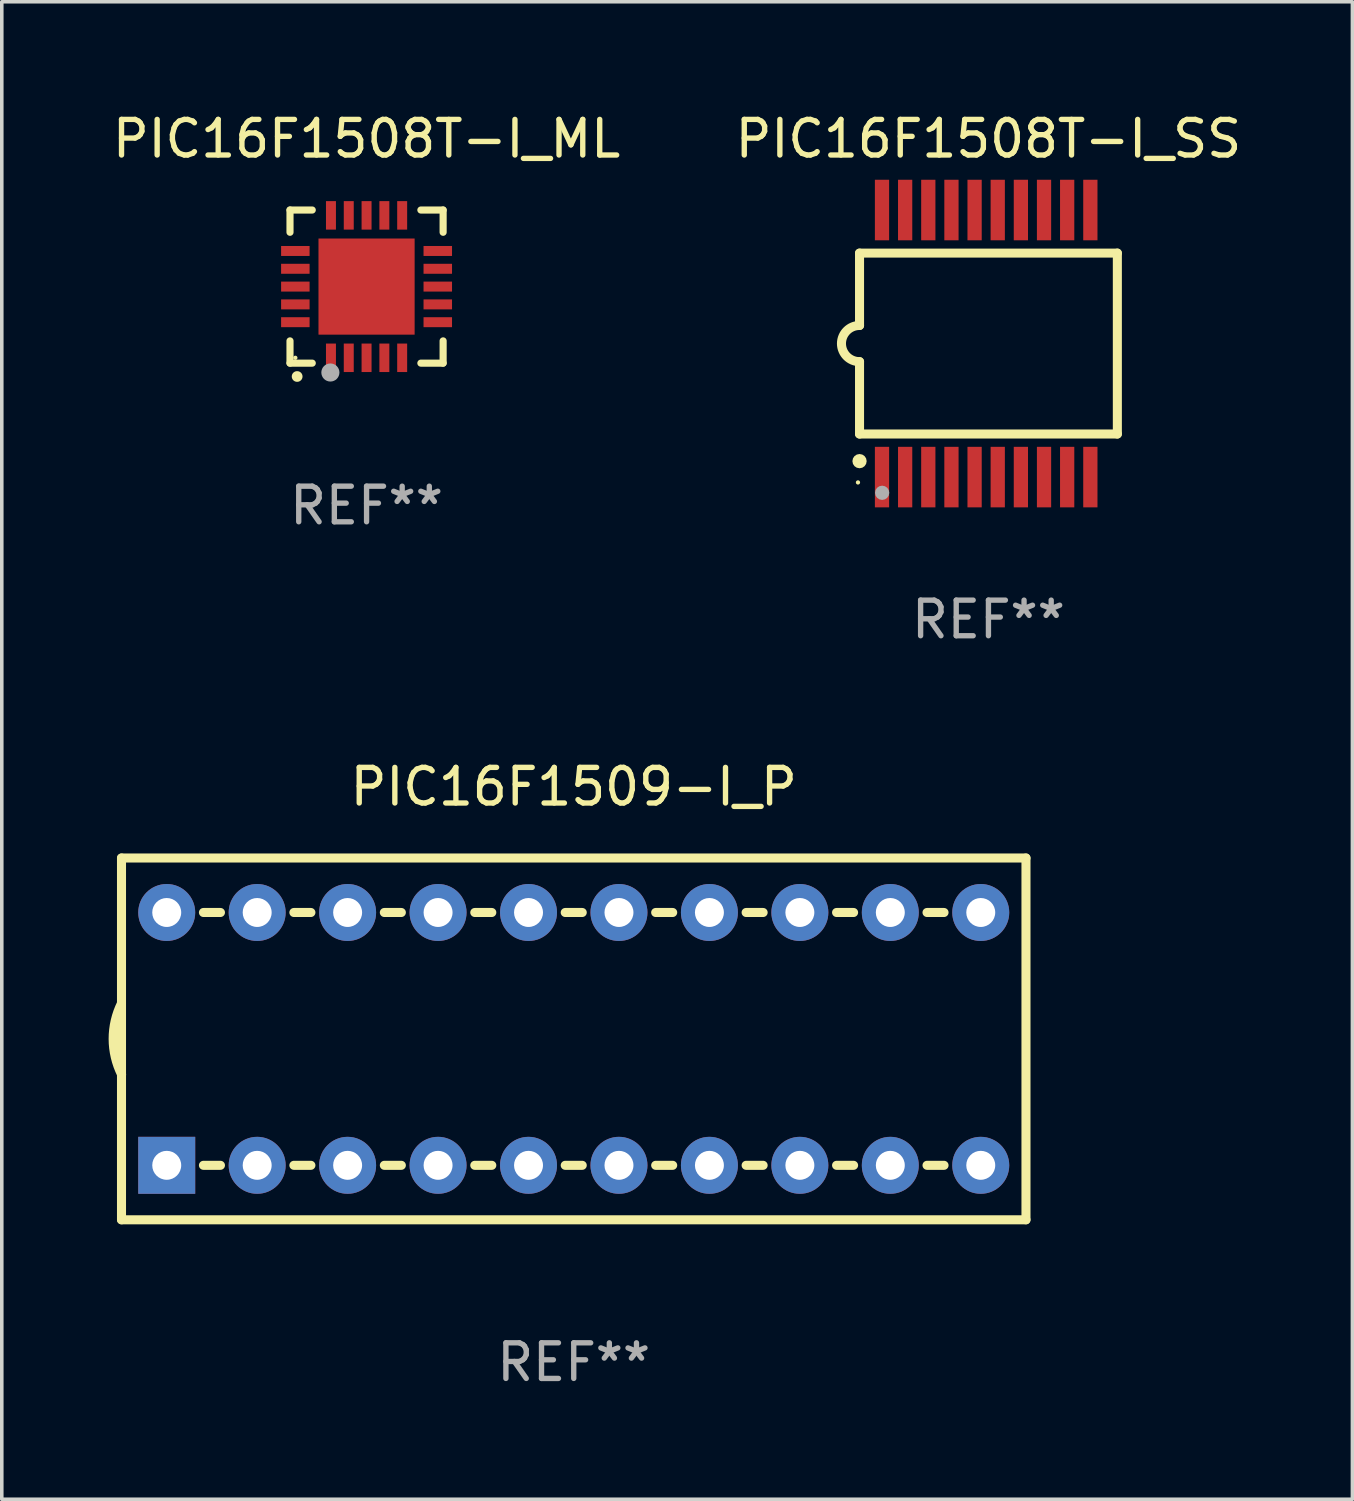
<source format=kicad_pcb>
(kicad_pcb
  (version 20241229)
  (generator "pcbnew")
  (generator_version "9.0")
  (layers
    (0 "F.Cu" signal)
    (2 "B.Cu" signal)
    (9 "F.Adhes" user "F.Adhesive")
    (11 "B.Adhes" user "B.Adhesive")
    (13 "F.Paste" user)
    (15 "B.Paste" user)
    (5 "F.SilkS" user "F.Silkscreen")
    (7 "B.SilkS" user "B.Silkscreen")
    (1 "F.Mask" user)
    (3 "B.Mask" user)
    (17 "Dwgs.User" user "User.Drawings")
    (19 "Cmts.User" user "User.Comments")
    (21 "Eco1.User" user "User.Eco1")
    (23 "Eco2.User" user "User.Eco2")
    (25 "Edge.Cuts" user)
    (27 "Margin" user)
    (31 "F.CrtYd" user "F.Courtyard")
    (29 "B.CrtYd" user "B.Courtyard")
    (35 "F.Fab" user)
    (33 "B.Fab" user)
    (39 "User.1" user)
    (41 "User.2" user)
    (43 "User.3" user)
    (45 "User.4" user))
  (footprint "PIC16F1509-I_P"
    (layer "F.Cu")
    (at 13.062 26.125)
    (property "Reference" "PIC16F1509-I_P" (at 0 -7.08 0) (layer "F.SilkS") (effects (font (size 1 1) (thickness 0.15))))
    (attr through_hole)
    (fp_line (start -12.7 -5.08) (end -12.7 5.08) (stroke (width 0.254) (type solid)) (layer "F.SilkS"))
    (fp_line (start -12.7 5.08) (end 12.7 5.08) (stroke (width 0.254) (type solid)) (layer "F.SilkS"))
    (fp_line (start -10.399 -3.55) (end -9.921 -3.55) (stroke (width 0.254) (type solid)) (layer "F.SilkS"))
    (fp_line (start -10.399 3.55) (end -9.921 3.55) (stroke (width 0.254) (type solid)) (layer "F.SilkS"))
    (fp_line (start -7.859 -3.55) (end -7.381 -3.55) (stroke (width 0.254) (type solid)) (layer "F.SilkS"))
    (fp_line (start -7.859 3.55) (end -7.381 3.55) (stroke (width 0.254) (type solid)) (layer "F.SilkS"))
    (fp_line (start -5.319 -3.55) (end -4.841 -3.55) (stroke (width 0.254) (type solid)) (layer "F.SilkS"))
    (fp_line (start -5.319 3.55) (end -4.841 3.55) (stroke (width 0.254) (type solid)) (layer "F.SilkS"))
    (fp_line (start -2.779 -3.55) (end -2.301 -3.55) (stroke (width 0.254) (type solid)) (layer "F.SilkS"))
    (fp_line (start -2.779 3.55) (end -2.301 3.55) (stroke (width 0.254) (type solid)) (layer "F.SilkS"))
    (fp_line (start -0.239 -3.55) (end 0.239 -3.55) (stroke (width 0.254) (type solid)) (layer "F.SilkS"))
    (fp_line (start -0.239 3.55) (end 0.239 3.55) (stroke (width 0.254) (type solid)) (layer "F.SilkS"))
    (fp_line (start 2.301 -3.55) (end 2.779 -3.55) (stroke (width 0.254) (type solid)) (layer "F.SilkS"))
    (fp_line (start 2.301 3.55) (end 2.779 3.55) (stroke (width 0.254) (type solid)) (layer "F.SilkS"))
    (fp_line (start 4.841 -3.55) (end 5.319 -3.55) (stroke (width 0.254) (type solid)) (layer "F.SilkS"))
    (fp_line (start 4.841 3.55) (end 5.319 3.55) (stroke (width 0.254) (type solid)) (layer "F.SilkS"))
    (fp_line (start 7.381 -3.55) (end 7.859 -3.55) (stroke (width 0.254) (type solid)) (layer "F.SilkS"))
    (fp_line (start 7.381 3.55) (end 7.859 3.55) (stroke (width 0.254) (type solid)) (layer "F.SilkS"))
    (fp_line (start 9.921 -3.55) (end 10.399 -3.55) (stroke (width 0.254) (type solid)) (layer "F.SilkS"))
    (fp_line (start 9.921 3.55) (end 10.399 3.55) (stroke (width 0.254) (type solid)) (layer "F.SilkS"))
    (fp_line (start 12.7 -5.08) (end -12.7 -5.08) (stroke (width 0.254) (type solid)) (layer "F.SilkS"))
    (fp_line (start 12.7 5.08) (end 12.7 -5.08) (stroke (width 0.254) (type solid)) (layer "F.SilkS"))
    (fp_arc (start -12.697638 0.999974) (mid -12.934513 0.000281) (end -12.700025 -0.999975) (stroke (width 0.254001) (type solid)) (layer "F.SilkS"))
    (fp_circle (center -12.7 5.08) (end -12.67 5.08) (stroke (width 0.06) (type solid)) (fill no) (layer "F.SilkS"))
    (fp_text user "REF**" (at 0 9.08 0) (layer "F.Fab") (effects (font (size 1 1) (thickness 0.15))))
    (pad "1" thru_hole rect (at -11.43 3.55) (size 1.6 1.6) (drill 0.813) (layers "*.Cu" "*.Mask"))
    (pad "2" thru_hole circle (at -8.89 3.55) (size 1.6 1.6) (drill 0.813) (layers "*.Cu" "*.Mask"))
    (pad "3" thru_hole circle (at -6.35 3.55) (size 1.6 1.6) (drill 0.813) (layers "*.Cu" "*.Mask"))
    (pad "4" thru_hole circle (at -3.81 3.55) (size 1.6 1.6) (drill 0.813) (layers "*.Cu" "*.Mask"))
    (pad "5" thru_hole circle (at -1.27 3.55) (size 1.6 1.6) (drill 0.813) (layers "*.Cu" "*.Mask"))
    (pad "6" thru_hole circle (at 1.27 3.55) (size 1.6 1.6) (drill 0.813) (layers "*.Cu" "*.Mask"))
    (pad "7" thru_hole circle (at 3.81 3.55) (size 1.6 1.6) (drill 0.813) (layers "*.Cu" "*.Mask"))
    (pad "8" thru_hole circle (at 6.35 3.55) (size 1.6 1.6) (drill 0.813) (layers "*.Cu" "*.Mask"))
    (pad "9" thru_hole circle (at 8.89 3.55) (size 1.6 1.6) (drill 0.813) (layers "*.Cu" "*.Mask"))
    (pad "10" thru_hole circle (at 11.43 3.55) (size 1.6 1.6) (drill 0.813) (layers "*.Cu" "*.Mask"))
    (pad "11" thru_hole circle (at 11.43 -3.55) (size 1.6 1.6) (drill 0.813) (layers "*.Cu" "*.Mask"))
    (pad "12" thru_hole circle (at 8.89 -3.55) (size 1.6 1.6) (drill 0.813) (layers "*.Cu" "*.Mask"))
    (pad "13" thru_hole circle (at 6.35 -3.55) (size 1.6 1.6) (drill 0.813) (layers "*.Cu" "*.Mask"))
    (pad "14" thru_hole circle (at 3.81 -3.55) (size 1.6 1.6) (drill 0.813) (layers "*.Cu" "*.Mask"))
    (pad "15" thru_hole circle (at 1.27 -3.55) (size 1.6 1.6) (drill 0.813) (layers "*.Cu" "*.Mask"))
    (pad "16" thru_hole circle (at -1.27 -3.55) (size 1.6 1.6) (drill 0.813) (layers "*.Cu" "*.Mask"))
    (pad "17" thru_hole circle (at -3.81 -3.55) (size 1.6 1.6) (drill 0.813) (layers "*.Cu" "*.Mask"))
    (pad "18" thru_hole circle (at -6.35 -3.55) (size 1.6 1.6) (drill 0.813) (layers "*.Cu" "*.Mask"))
    (pad "19" thru_hole circle (at -8.89 -3.55) (size 1.6 1.6) (drill 0.813) (layers "*.Cu" "*.Mask"))
    (pad "20" thru_hole circle (at -11.43 -3.55) (size 1.6 1.6) (drill 0.813) (layers "*.Cu" "*.Mask")))
  (footprint "PIC16F1508T-I_ML"
    (layer "F.Cu")
    (at 7.244 4.998)
    (property "Reference" "PIC16F1508T-I_ML" (at 0 -4.15 0) (layer "F.SilkS") (effects (font (size 1 1) (thickness 0.15))))
    (attr through_hole)
    (fp_line (start -2.15 -2.15) (end -2.15 -1.525) (stroke (width 0.2) (type solid)) (layer "F.SilkS"))
    (fp_line (start -2.15 2.15) (end -2.15 1.525) (stroke (width 0.2) (type solid)) (layer "F.SilkS"))
    (fp_line (start -1.525 -2.15) (end -2.15 -2.15) (stroke (width 0.2) (type solid)) (layer "F.SilkS"))
    (fp_line (start -1.525 2.15) (end -2.15 2.15) (stroke (width 0.2) (type solid)) (layer "F.SilkS"))
    (fp_line (start 1.525 2.15) (end 2.15 2.15) (stroke (width 0.2) (type solid)) (layer "F.SilkS"))
    (fp_line (start 2.15 -2.15) (end 1.525 -2.15) (stroke (width 0.2) (type solid)) (layer "F.SilkS"))
    (fp_line (start 2.15 -1.525) (end 2.15 -2.15) (stroke (width 0.2) (type solid)) (layer "F.SilkS"))
    (fp_line (start 2.15 2.15) (end 2.15 1.525) (stroke (width 0.2) (type solid)) (layer "F.SilkS"))
    (fp_arc (start -1.950724 2.524765) (mid -1.949454 2.52476) (end -1.948184 2.524765) (stroke (width 0.3) (type solid)) (layer "F.SilkS"))
    (fp_circle (center -2 2) (end -1.97 2) (stroke (width 0.06) (type solid)) (fill no) (layer "F.SilkS"))
    (fp_circle (center -1.016 2.413) (end -0.889 2.413) (stroke (width 0.254) (type solid)) (fill no) (layer "F.Fab"))
    (fp_text user "REF**" (at 0 6.15 0) (layer "F.Fab") (effects (font (size 1 1) (thickness 0.15))))
    (pad "1" smd rect (at -1 2) (size 0.28 0.8) (layers "F.Cu" "F.Mask" "F.Paste"))
    (pad "2" smd rect (at -0.5 2) (size 0.28 0.8) (layers "F.Cu" "F.Mask" "F.Paste"))
    (pad "3" smd rect (at 0 2) (size 0.28 0.8) (layers "F.Cu" "F.Mask" "F.Paste"))
    (pad "4" smd rect (at 0.5 2) (size 0.28 0.8) (layers "F.Cu" "F.Mask" "F.Paste"))
    (pad "5" smd rect (at 1 2) (size 0.28 0.8) (layers "F.Cu" "F.Mask" "F.Paste"))
    (pad "6" smd rect (at 2 1) (size 0.8 0.28) (layers "F.Cu" "F.Mask" "F.Paste"))
    (pad "7" smd rect (at 2 0.5) (size 0.8 0.28) (layers "F.Cu" "F.Mask" "F.Paste"))
    (pad "8" smd rect (at 2 0) (size 0.8 0.28) (layers "F.Cu" "F.Mask" "F.Paste"))
    (pad "9" smd rect (at 2 -0.5) (size 0.8 0.28) (layers "F.Cu" "F.Mask" "F.Paste"))
    (pad "10" smd rect (at 2 -1) (size 0.8 0.28) (layers "F.Cu" "F.Mask" "F.Paste"))
    (pad "11" smd rect (at 1 -2) (size 0.28 0.8) (layers "F.Cu" "F.Mask" "F.Paste"))
    (pad "12" smd rect (at 0.5 -2) (size 0.28 0.8) (layers "F.Cu" "F.Mask" "F.Paste"))
    (pad "13" smd rect (at 0 -2) (size 0.28 0.8) (layers "F.Cu" "F.Mask" "F.Paste"))
    (pad "14" smd rect (at -0.5 -2) (size 0.28 0.8) (layers "F.Cu" "F.Mask" "F.Paste"))
    (pad "15" smd rect (at -1 -2) (size 0.28 0.8) (layers "F.Cu" "F.Mask" "F.Paste"))
    (pad "16" smd rect (at -2 -1) (size 0.8 0.28) (layers "F.Cu" "F.Mask" "F.Paste"))
    (pad "17" smd rect (at -2 -0.5) (size 0.8 0.28) (layers "F.Cu" "F.Mask" "F.Paste"))
    (pad "18" smd rect (at -2 0) (size 0.8 0.28) (layers "F.Cu" "F.Mask" "F.Paste"))
    (pad "19" smd rect (at -2 0.5) (size 0.8 0.28) (layers "F.Cu" "F.Mask" "F.Paste"))
    (pad "20" smd rect (at -2 1) (size 0.8 0.28) (layers "F.Cu" "F.Mask" "F.Paste"))
    (pad "21" smd rect (at 0 0) (size 2.7 2.7) (layers "F.Cu" "F.Mask" "F.Paste")))
  (footprint "PIC16F1508T-I_SS"
    (layer "F.Cu")
    (at 24.708 6.598)
    (property "Reference" "PIC16F1508T-I_SS" (at 0 -5.75 0) (layer "F.SilkS") (effects (font (size 1 1) (thickness 0.15))))
    (attr through_hole)
    (fp_line (start -3.62 -2.54) (end 3.62 -2.54) (stroke (width 0.254) (type solid)) (layer "F.SilkS"))
    (fp_line (start -3.62 -0.508) (end -3.62 -2.54) (stroke (width 0.254) (type solid)) (layer "F.SilkS"))
    (fp_line (start -3.62 2.54) (end -3.62 0.508) (stroke (width 0.254) (type solid)) (layer "F.SilkS"))
    (fp_line (start 3.62 -2.54) (end 3.62 2.54) (stroke (width 0.254) (type solid)) (layer "F.SilkS"))
    (fp_line (start 3.62 2.54) (end -3.62 2.54) (stroke (width 0.254) (type solid)) (layer "F.SilkS"))
    (fp_arc (start -3.619507 0.508052) (mid -4.125607 0.000051) (end -3.619507 -0.50795) (stroke (width 0.254001) (type solid)) (layer "F.SilkS"))
    (fp_circle (center -3.664 3.9) (end -3.634 3.9) (stroke (width 0.06) (type solid)) (fill no) (layer "F.SilkS"))
    (fp_circle (center -3.62 3.302) (end -3.52 3.302) (stroke (width 0.2) (type solid)) (fill no) (layer "F.SilkS"))
    (fp_circle (center -2.985 4.191) (end -2.885 4.191) (stroke (width 0.2) (type solid)) (fill no) (layer "F.Fab"))
    (fp_text user "REF**" (at 0 7.75 0) (layer "F.Fab") (effects (font (size 1 1) (thickness 0.15))))
    (pad "1" smd rect (at -2.989 3.75) (size 0.4 1.7) (layers "F.Cu" "F.Mask" "F.Paste"))
    (pad "2" smd rect (at -2.339 3.75) (size 0.4 1.7) (layers "F.Cu" "F.Mask" "F.Paste"))
    (pad "3" smd rect (at -1.689 3.75) (size 0.4 1.7) (layers "F.Cu" "F.Mask" "F.Paste"))
    (pad "4" smd rect (at -1.039 3.75) (size 0.4 1.7) (layers "F.Cu" "F.Mask" "F.Paste"))
    (pad "5" smd rect (at -0.389 3.75) (size 0.4 1.7) (layers "F.Cu" "F.Mask" "F.Paste"))
    (pad "6" smd rect (at 0.261 3.75) (size 0.4 1.7) (layers "F.Cu" "F.Mask" "F.Paste"))
    (pad "7" smd rect (at 0.911 3.75) (size 0.4 1.7) (layers "F.Cu" "F.Mask" "F.Paste"))
    (pad "8" smd rect (at 1.561 3.75) (size 0.4 1.7) (layers "F.Cu" "F.Mask" "F.Paste"))
    (pad "9" smd rect (at 2.211 3.75) (size 0.4 1.7) (layers "F.Cu" "F.Mask" "F.Paste"))
    (pad "10" smd rect (at 2.862 3.75) (size 0.4 1.7) (layers "F.Cu" "F.Mask" "F.Paste"))
    (pad "11" smd rect (at 2.862 -3.75) (size 0.4 1.7) (layers "F.Cu" "F.Mask" "F.Paste"))
    (pad "12" smd rect (at 2.211 -3.75) (size 0.4 1.7) (layers "F.Cu" "F.Mask" "F.Paste"))
    (pad "13" smd rect (at 1.561 -3.75) (size 0.4 1.7) (layers "F.Cu" "F.Mask" "F.Paste"))
    (pad "14" smd rect (at 0.911 -3.75) (size 0.4 1.7) (layers "F.Cu" "F.Mask" "F.Paste"))
    (pad "15" smd rect (at 0.261 -3.75) (size 0.4 1.7) (layers "F.Cu" "F.Mask" "F.Paste"))
    (pad "16" smd rect (at -0.389 -3.75) (size 0.4 1.7) (layers "F.Cu" "F.Mask" "F.Paste"))
    (pad "17" smd rect (at -1.039 -3.75) (size 0.4 1.7) (layers "F.Cu" "F.Mask" "F.Paste"))
    (pad "18" smd rect (at -1.689 -3.75) (size 0.4 1.7) (layers "F.Cu" "F.Mask" "F.Paste"))
    (pad "19" smd rect (at -2.339 -3.75) (size 0.4 1.7) (layers "F.Cu" "F.Mask" "F.Paste"))
    (pad "20" smd rect (at -2.989 -3.75) (size 0.4 1.7) (layers "F.Cu" "F.Mask" "F.Paste")))
  (gr_rect
    (start -3 -3)
    (end 34.929 39.053)
    (stroke (width 0.1) (type default))
    (fill no)
    (layer "Edge.Cuts")))
</source>
